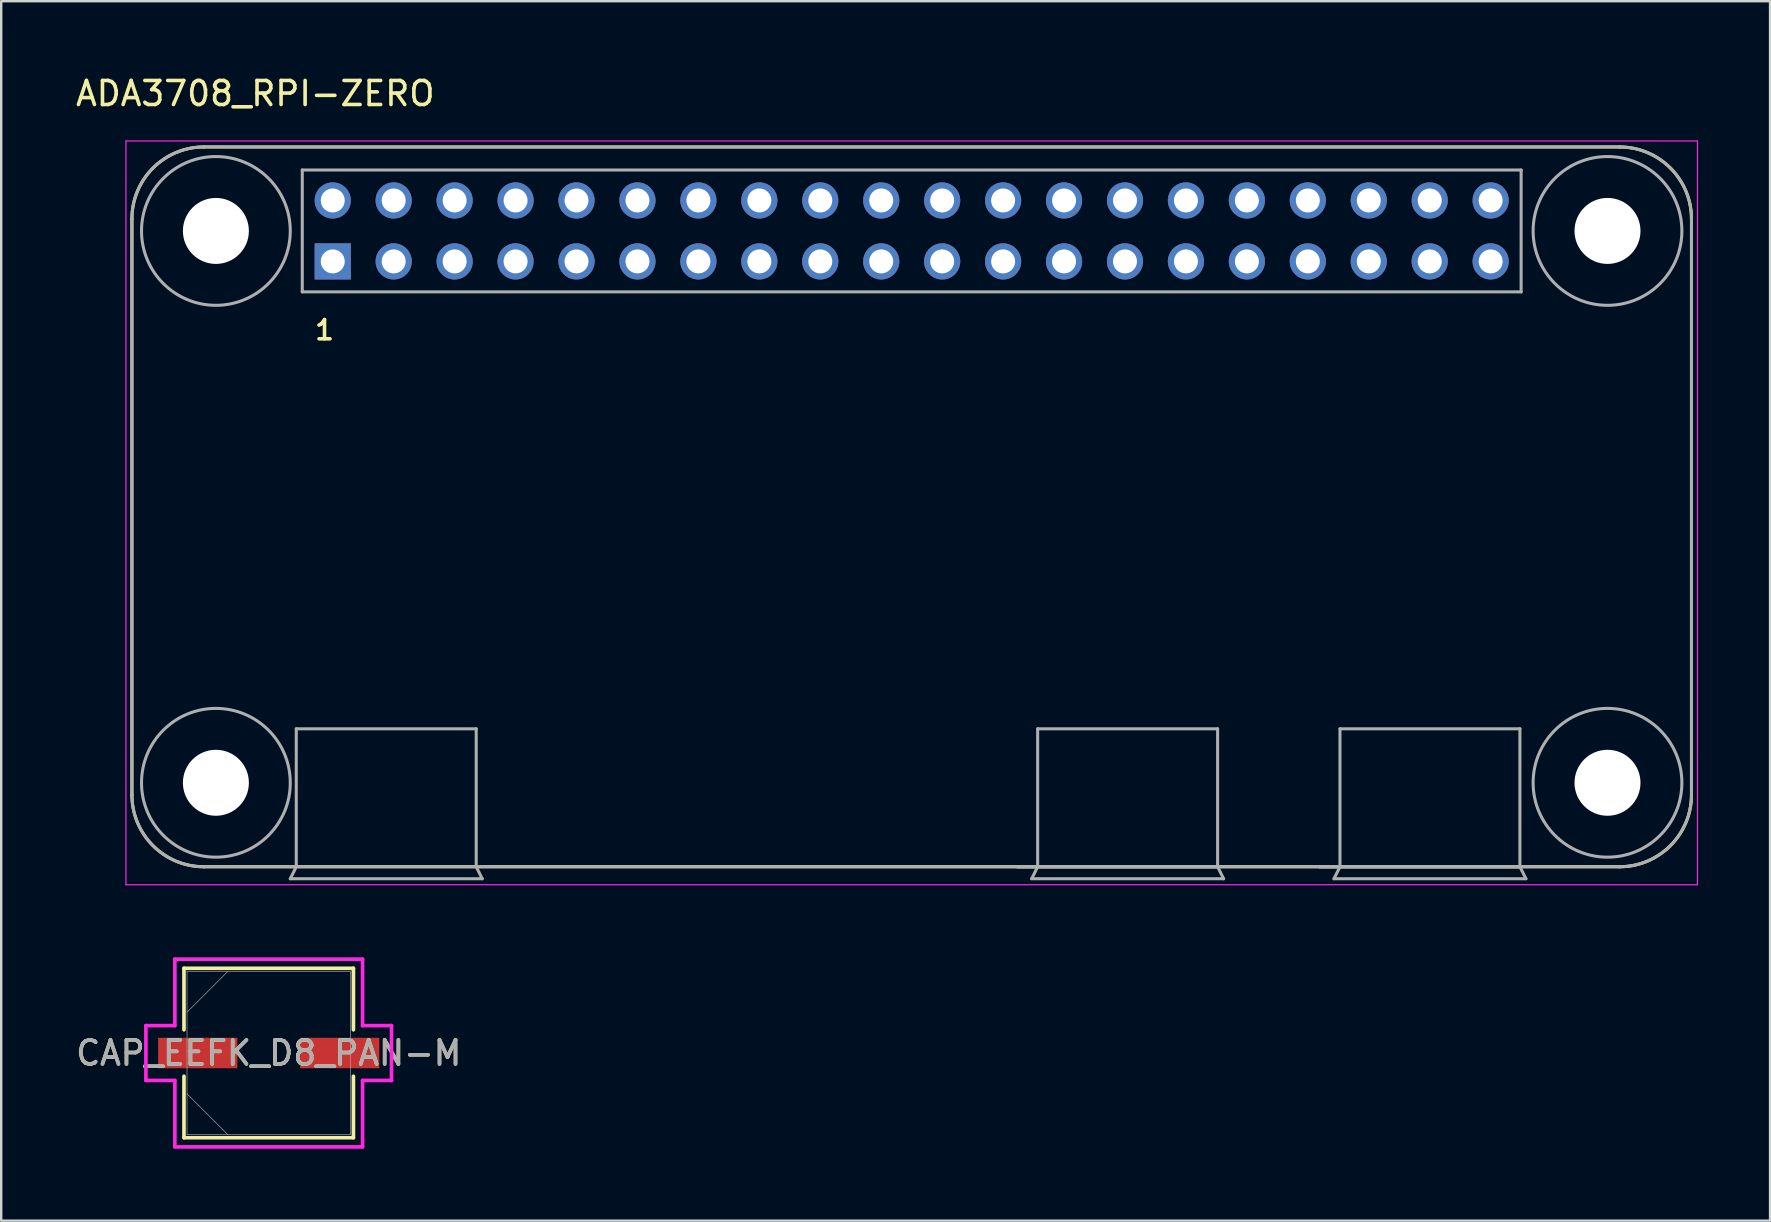
<source format=kicad_pcb>
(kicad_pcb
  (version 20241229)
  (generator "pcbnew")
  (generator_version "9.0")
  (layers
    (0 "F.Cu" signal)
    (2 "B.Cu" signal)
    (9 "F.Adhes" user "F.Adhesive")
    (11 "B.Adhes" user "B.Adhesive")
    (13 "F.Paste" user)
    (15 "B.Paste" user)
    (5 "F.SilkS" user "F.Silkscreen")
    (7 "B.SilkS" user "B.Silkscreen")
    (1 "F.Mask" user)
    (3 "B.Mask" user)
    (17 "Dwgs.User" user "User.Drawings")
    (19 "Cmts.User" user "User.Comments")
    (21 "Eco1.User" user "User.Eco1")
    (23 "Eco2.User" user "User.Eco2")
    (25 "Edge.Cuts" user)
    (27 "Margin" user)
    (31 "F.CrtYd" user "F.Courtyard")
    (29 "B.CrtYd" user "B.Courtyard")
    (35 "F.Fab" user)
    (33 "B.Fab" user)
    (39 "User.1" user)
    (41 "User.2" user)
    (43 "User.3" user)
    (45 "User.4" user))
  (footprint "CAP_EEFK_D8_PAN-M"
    (layer "F.Cu")
    (at 8.149 40.838)
    (property "Reference" "CAP_EEFK_D8_PAN-M" (at 0 0 0) (unlocked yes) (layer "F.SilkS") (effects (font (size 1 1) (thickness 0.15))))
    (attr smd)
    (fp_line (start -3.531 -3.531) (end -3.531 -0.968) (stroke (width 0.152) (type solid)) (layer "F.SilkS"))
    (fp_line (start -3.531 0.968) (end -3.531 3.531) (stroke (width 0.152) (type solid)) (layer "F.SilkS"))
    (fp_line (start -3.531 3.531) (end 3.531 3.531) (stroke (width 0.152) (type solid)) (layer "F.SilkS"))
    (fp_line (start 3.531 -3.531) (end -3.531 -3.531) (stroke (width 0.152) (type solid)) (layer "F.SilkS"))
    (fp_line (start 3.531 -0.968) (end 3.531 -3.531) (stroke (width 0.152) (type solid)) (layer "F.SilkS"))
    (fp_line (start 3.531 3.531) (end 3.531 0.968) (stroke (width 0.152) (type solid)) (layer "F.SilkS"))
    (fp_line (start -5.118 -1.143) (end -3.912 -1.143) (stroke (width 0.152) (type solid)) (layer "F.CrtYd"))
    (fp_line (start -5.118 1.143) (end -5.118 -1.143) (stroke (width 0.152) (type solid)) (layer "F.CrtYd"))
    (fp_line (start -3.912 -3.912) (end 3.912 -3.912) (stroke (width 0.152) (type solid)) (layer "F.CrtYd"))
    (fp_line (start -3.912 -1.143) (end -3.912 -3.912) (stroke (width 0.152) (type solid)) (layer "F.CrtYd"))
    (fp_line (start -3.912 1.143) (end -5.118 1.143) (stroke (width 0.152) (type solid)) (layer "F.CrtYd"))
    (fp_line (start -3.912 3.912) (end -3.912 1.143) (stroke (width 0.152) (type solid)) (layer "F.CrtYd"))
    (fp_line (start 3.912 -3.912) (end 3.912 -1.143) (stroke (width 0.152) (type solid)) (layer "F.CrtYd"))
    (fp_line (start 3.912 -1.143) (end 5.118 -1.143) (stroke (width 0.152) (type solid)) (layer "F.CrtYd"))
    (fp_line (start 3.912 1.143) (end 3.912 3.912) (stroke (width 0.152) (type solid)) (layer "F.CrtYd"))
    (fp_line (start 3.912 3.912) (end -3.912 3.912) (stroke (width 0.152) (type solid)) (layer "F.CrtYd"))
    (fp_line (start 5.118 -1.143) (end 5.118 1.143) (stroke (width 0.152) (type solid)) (layer "F.CrtYd"))
    (fp_line (start 5.118 1.143) (end 3.912 1.143) (stroke (width 0.152) (type solid)) (layer "F.CrtYd"))
    (fp_line (start -3.404 -3.404) (end -3.404 3.404) (stroke (width 0.025) (type solid)) (layer "F.Fab"))
    (fp_line (start -3.404 -1.702) (end -1.702 -3.404) (stroke (width 0.025) (type solid)) (layer "F.Fab"))
    (fp_line (start -3.404 1.702) (end -1.702 3.404) (stroke (width 0.025) (type solid)) (layer "F.Fab"))
    (fp_line (start -3.404 3.404) (end 3.404 3.404) (stroke (width 0.025) (type solid)) (layer "F.Fab"))
    (fp_line (start 3.404 -3.404) (end -3.404 -3.404) (stroke (width 0.025) (type solid)) (layer "F.Fab"))
    (fp_line (start 3.404 3.404) (end 3.404 -3.404) (stroke (width 0.025) (type solid)) (layer "F.Fab"))
    (fp_text user "${REFERENCE}" (at 0 0 0) (unlocked yes) (layer "F.Fab") (effects (font (size 1 1) (thickness 0.15))))
    (pad "1" smd rect (at -2.959 0) (size 3.302 1.27) (layers "F.Cu" "F.Mask" "F.Paste"))
    (pad "2" smd rect (at 2.959 0) (size 3.302 1.27) (layers "F.Cu" "F.Mask" "F.Paste"))
    (zone (net_name "") (layer "F.Cu") (hatch full 0.508) (connect_pads) (min_thickness 0.254) (filled_areas_thickness no) (keepout (tracks not_allowed) (vias not_allowed) (pads allowed) (copperpour not_allowed) (footprints allowed)) (placement (enabled no)) (fill) (polygon (pts (xy 4.796 37.485) (xy 11.502 37.485) (xy 11.502 40.152) (xy 4.796 40.152))))
    (zone (net_name "") (layer "F.Cu") (hatch full 0.508) (connect_pads) (min_thickness 0.254) (filled_areas_thickness no) (keepout (tracks not_allowed) (vias not_allowed) (pads allowed) (copperpour not_allowed) (footprints allowed)) (placement (enabled no)) (fill) (polygon (pts (xy 4.796 41.524) (xy 11.502 41.524) (xy 11.502 44.191) (xy 4.796 44.191))))
    (zone (net_name "") (layer "F.Cu") (hatch full 0.508) (connect_pads) (min_thickness 0.254) (filled_areas_thickness no) (keepout (tracks not_allowed) (vias not_allowed) (pads allowed) (copperpour not_allowed) (footprints allowed)) (placement (enabled no)) (fill) (polygon (pts (xy 6.892 40.152) (xy 9.406 40.152) (xy 9.406 41.524) (xy 6.892 41.524)))))
  (footprint "ADA3708_RPI-ZERO"
    (layer "F.Cu")
    (at 34.948 6.575)
    (property "Reference" "ADA3708_RPI-ZERO" (at -27.357 -5.726 0) (layer "F.SilkS") (effects (font (size 1.002 1.002) (thickness 0.15))))
    (attr through_hole)
    (fp_line (start -32.5 -0.5) (end -32.5 23.5) (stroke (width 0.127) (type solid)) (layer "F.SilkS"))
    (fp_line (start -29.5 26.5) (end 29.5 26.5) (stroke (width 0.127) (type solid)) (layer "F.SilkS"))
    (fp_line (start 4.4 26.5) (end 12.75 26.5) (stroke (width 0.127) (type solid)) (layer "F.SilkS"))
    (fp_line (start 17 26.5) (end 25.35 26.5) (stroke (width 0.127) (type solid)) (layer "F.SilkS"))
    (fp_line (start 29.5 -3.5) (end -29.5 -3.5) (stroke (width 0.127) (type solid)) (layer "F.SilkS"))
    (fp_line (start 32.5 23.5) (end 32.5 -0.5) (stroke (width 0.127) (type solid)) (layer "F.SilkS"))
    (fp_arc (start -32.5 -0.5) (mid -31.62132 -2.62132) (end -29.5 -3.5) (stroke (width 0.127) (type solid)) (layer "F.SilkS"))
    (fp_arc (start -29.5 26.5) (mid -31.62132 25.62132) (end -32.5 23.5) (stroke (width 0.127) (type solid)) (layer "F.SilkS"))
    (fp_arc (start 29.5 -3.5) (mid 31.62132 -2.62132) (end 32.5 -0.5) (stroke (width 0.127) (type solid)) (layer "F.SilkS"))
    (fp_arc (start 32.5 23.5) (mid 31.62132 25.62132) (end 29.5 26.5) (stroke (width 0.127) (type solid)) (layer "F.SilkS"))
    (fp_line (start -32.75 -3.75) (end 32.75 -3.75) (stroke (width 0.05) (type solid)) (layer "F.CrtYd"))
    (fp_line (start -32.75 27.25) (end -32.75 -3.75) (stroke (width 0.05) (type solid)) (layer "F.CrtYd"))
    (fp_line (start 32.75 -3.75) (end 32.75 27.25) (stroke (width 0.05) (type solid)) (layer "F.CrtYd"))
    (fp_line (start 32.75 27.25) (end -32.75 27.25) (stroke (width 0.05) (type solid)) (layer "F.CrtYd"))
    (fp_line (start -32.5 -0.5) (end -32.5 23.5) (stroke (width 0.127) (type solid)) (layer "F.Fab"))
    (fp_line (start -29.5 26.5) (end -25.65 26.5) (stroke (width 0.127) (type solid)) (layer "F.Fab"))
    (fp_line (start -25.9 27) (end -17.9 27) (stroke (width 0.127) (type solid)) (layer "F.Fab"))
    (fp_line (start -25.65 20.75) (end -18.15 20.75) (stroke (width 0.127) (type solid)) (layer "F.Fab"))
    (fp_line (start -25.65 26.5) (end -25.9 27) (stroke (width 0.127) (type solid)) (layer "F.Fab"))
    (fp_line (start -25.65 26.5) (end -25.65 20.75) (stroke (width 0.127) (type solid)) (layer "F.Fab"))
    (fp_line (start -25.65 26.5) (end -18.15 26.5) (stroke (width 0.127) (type solid)) (layer "F.Fab"))
    (fp_line (start -25.4 -2.54) (end -25.4 2.54) (stroke (width 0.127) (type solid)) (layer "F.Fab"))
    (fp_line (start -25.4 2.54) (end 25.4 2.54) (stroke (width 0.127) (type solid)) (layer "F.Fab"))
    (fp_line (start -18.15 20.75) (end -18.15 26.5) (stroke (width 0.127) (type solid)) (layer "F.Fab"))
    (fp_line (start -18.15 26.5) (end 29.5 26.5) (stroke (width 0.127) (type solid)) (layer "F.Fab"))
    (fp_line (start -17.9 27) (end -18.15 26.5) (stroke (width 0.127) (type solid)) (layer "F.Fab"))
    (fp_line (start 4.4 26.5) (end 5.25 26.5) (stroke (width 0.127) (type solid)) (layer "F.Fab"))
    (fp_line (start 5 27) (end 13 27) (stroke (width 0.127) (type solid)) (layer "F.Fab"))
    (fp_line (start 5.25 20.75) (end 12.75 20.75) (stroke (width 0.127) (type solid)) (layer "F.Fab"))
    (fp_line (start 5.25 26.5) (end 5 27) (stroke (width 0.127) (type solid)) (layer "F.Fab"))
    (fp_line (start 5.25 26.5) (end 5.25 20.75) (stroke (width 0.127) (type solid)) (layer "F.Fab"))
    (fp_line (start 5.25 26.5) (end 12.75 26.5) (stroke (width 0.127) (type solid)) (layer "F.Fab"))
    (fp_line (start 12.75 20.75) (end 12.75 26.5) (stroke (width 0.127) (type solid)) (layer "F.Fab"))
    (fp_line (start 13 27) (end 12.75 26.5) (stroke (width 0.127) (type solid)) (layer "F.Fab"))
    (fp_line (start 17 26.5) (end 17.85 26.5) (stroke (width 0.127) (type solid)) (layer "F.Fab"))
    (fp_line (start 17.6 27) (end 25.6 27) (stroke (width 0.127) (type solid)) (layer "F.Fab"))
    (fp_line (start 17.85 20.75) (end 25.35 20.75) (stroke (width 0.127) (type solid)) (layer "F.Fab"))
    (fp_line (start 17.85 26.5) (end 17.6 27) (stroke (width 0.127) (type solid)) (layer "F.Fab"))
    (fp_line (start 17.85 26.5) (end 17.85 20.75) (stroke (width 0.127) (type solid)) (layer "F.Fab"))
    (fp_line (start 17.85 26.5) (end 25.35 26.5) (stroke (width 0.127) (type solid)) (layer "F.Fab"))
    (fp_line (start 25.35 20.75) (end 25.35 26.5) (stroke (width 0.127) (type solid)) (layer "F.Fab"))
    (fp_line (start 25.4 -2.54) (end -25.4 -2.54) (stroke (width 0.127) (type solid)) (layer "F.Fab"))
    (fp_line (start 25.4 2.54) (end 25.4 -2.54) (stroke (width 0.127) (type solid)) (layer "F.Fab"))
    (fp_line (start 25.6 27) (end 25.35 26.5) (stroke (width 0.127) (type solid)) (layer "F.Fab"))
    (fp_line (start 29.5 -3.5) (end -29.5 -3.5) (stroke (width 0.127) (type solid)) (layer "F.Fab"))
    (fp_line (start 32.5 23.5) (end 32.5 -0.5) (stroke (width 0.127) (type solid)) (layer "F.Fab"))
    (fp_arc (start -32.5 -0.5) (mid -31.62132 -2.62132) (end -29.5 -3.5) (stroke (width 0.127) (type solid)) (layer "F.Fab"))
    (fp_arc (start -29.5 26.5) (mid -31.62132 25.62132) (end -32.5 23.5) (stroke (width 0.127) (type solid)) (layer "F.Fab"))
    (fp_arc (start 29.5 -3.5) (mid 31.62132 -2.62132) (end 32.5 -0.5) (stroke (width 0.127) (type solid)) (layer "F.Fab"))
    (fp_arc (start 32.5 23.5) (mid 31.62132 25.62132) (end 29.5 26.5) (stroke (width 0.127) (type solid)) (layer "F.Fab"))
    (fp_circle (center -29 0) (end -25.9 0) (stroke (width 0.127) (type solid)) (fill no) (layer "F.Fab"))
    (fp_circle (center -29 23) (end -25.9 23) (stroke (width 0.127) (type solid)) (fill no) (layer "F.Fab"))
    (fp_circle (center 29 0) (end 32.1 0) (stroke (width 0.127) (type solid)) (fill no) (layer "F.Fab"))
    (fp_circle (center 29 23) (end 32.1 23) (stroke (width 0.127) (type solid)) (fill no) (layer "F.Fab"))
    (fp_text user "1" (at -24.473 4.132 0) (layer "F.SilkS") (effects (font (size 0.801 0.801) (thickness 0.15))))
    (pad "" np_thru_hole circle (at -29 0) (size 2.75 2.75) (drill 2.75) (layers "*.Cu" "*.Mask"))
    (pad "" np_thru_hole circle (at -29 23) (size 2.75 2.75) (drill 2.75) (layers "*.Cu" "*.Mask"))
    (pad "" np_thru_hole circle (at 29 0) (size 2.75 2.75) (drill 2.75) (layers "*.Cu" "*.Mask"))
    (pad "" np_thru_hole circle (at 29 23) (size 2.75 2.75) (drill 2.75) (layers "*.Cu" "*.Mask"))
    (pad "1" thru_hole rect (at -24.13 1.27) (size 1.508 1.508) (drill 1) (layers "*.Cu" "*.Mask"))
    (pad "2" thru_hole circle (at -24.13 -1.27) (size 1.508 1.508) (drill 1) (layers "*.Cu" "*.Mask"))
    (pad "3" thru_hole circle (at -21.59 1.27) (size 1.508 1.508) (drill 1) (layers "*.Cu" "*.Mask"))
    (pad "4" thru_hole circle (at -21.59 -1.27) (size 1.508 1.508) (drill 1) (layers "*.Cu" "*.Mask"))
    (pad "5" thru_hole circle (at -19.05 1.27) (size 1.508 1.508) (drill 1) (layers "*.Cu" "*.Mask"))
    (pad "6" thru_hole circle (at -19.05 -1.27) (size 1.508 1.508) (drill 1) (layers "*.Cu" "*.Mask"))
    (pad "7" thru_hole circle (at -16.51 1.27) (size 1.508 1.508) (drill 1) (layers "*.Cu" "*.Mask"))
    (pad "8" thru_hole circle (at -16.51 -1.27) (size 1.508 1.508) (drill 1) (layers "*.Cu" "*.Mask"))
    (pad "9" thru_hole circle (at -13.97 1.27) (size 1.508 1.508) (drill 1) (layers "*.Cu" "*.Mask"))
    (pad "10" thru_hole circle (at -13.97 -1.27) (size 1.508 1.508) (drill 1) (layers "*.Cu" "*.Mask"))
    (pad "11" thru_hole circle (at -11.43 1.27) (size 1.508 1.508) (drill 1) (layers "*.Cu" "*.Mask"))
    (pad "12" thru_hole circle (at -11.43 -1.27) (size 1.508 1.508) (drill 1) (layers "*.Cu" "*.Mask"))
    (pad "13" thru_hole circle (at -8.89 1.27) (size 1.508 1.508) (drill 1) (layers "*.Cu" "*.Mask"))
    (pad "14" thru_hole circle (at -8.89 -1.27) (size 1.508 1.508) (drill 1) (layers "*.Cu" "*.Mask"))
    (pad "15" thru_hole circle (at -6.35 1.27) (size 1.508 1.508) (drill 1) (layers "*.Cu" "*.Mask"))
    (pad "16" thru_hole circle (at -6.35 -1.27) (size 1.508 1.508) (drill 1) (layers "*.Cu" "*.Mask"))
    (pad "17" thru_hole circle (at -3.81 1.27) (size 1.508 1.508) (drill 1) (layers "*.Cu" "*.Mask"))
    (pad "18" thru_hole circle (at -3.81 -1.27) (size 1.508 1.508) (drill 1) (layers "*.Cu" "*.Mask"))
    (pad "19" thru_hole circle (at -1.27 1.27) (size 1.508 1.508) (drill 1) (layers "*.Cu" "*.Mask"))
    (pad "20" thru_hole circle (at -1.27 -1.27) (size 1.508 1.508) (drill 1) (layers "*.Cu" "*.Mask"))
    (pad "21" thru_hole circle (at 1.27 1.27) (size 1.508 1.508) (drill 1) (layers "*.Cu" "*.Mask"))
    (pad "22" thru_hole circle (at 1.27 -1.27) (size 1.508 1.508) (drill 1) (layers "*.Cu" "*.Mask"))
    (pad "23" thru_hole circle (at 3.81 1.27) (size 1.508 1.508) (drill 1) (layers "*.Cu" "*.Mask"))
    (pad "24" thru_hole circle (at 3.81 -1.27) (size 1.508 1.508) (drill 1) (layers "*.Cu" "*.Mask"))
    (pad "25" thru_hole circle (at 6.35 1.27) (size 1.508 1.508) (drill 1) (layers "*.Cu" "*.Mask"))
    (pad "26" thru_hole circle (at 6.35 -1.27) (size 1.508 1.508) (drill 1) (layers "*.Cu" "*.Mask"))
    (pad "27" thru_hole circle (at 8.89 1.27) (size 1.508 1.508) (drill 1) (layers "*.Cu" "*.Mask"))
    (pad "28" thru_hole circle (at 8.89 -1.27) (size 1.508 1.508) (drill 1) (layers "*.Cu" "*.Mask"))
    (pad "29" thru_hole circle (at 11.43 1.27) (size 1.508 1.508) (drill 1) (layers "*.Cu" "*.Mask"))
    (pad "30" thru_hole circle (at 11.43 -1.27) (size 1.508 1.508) (drill 1) (layers "*.Cu" "*.Mask"))
    (pad "31" thru_hole circle (at 13.97 1.27) (size 1.508 1.508) (drill 1) (layers "*.Cu" "*.Mask"))
    (pad "32" thru_hole circle (at 13.97 -1.27) (size 1.508 1.508) (drill 1) (layers "*.Cu" "*.Mask"))
    (pad "33" thru_hole circle (at 16.51 1.27) (size 1.508 1.508) (drill 1) (layers "*.Cu" "*.Mask"))
    (pad "34" thru_hole circle (at 16.51 -1.27) (size 1.508 1.508) (drill 1) (layers "*.Cu" "*.Mask"))
    (pad "35" thru_hole circle (at 19.05 1.27) (size 1.508 1.508) (drill 1) (layers "*.Cu" "*.Mask"))
    (pad "36" thru_hole circle (at 19.05 -1.27) (size 1.508 1.508) (drill 1) (layers "*.Cu" "*.Mask"))
    (pad "37" thru_hole circle (at 21.59 1.27) (size 1.508 1.508) (drill 1) (layers "*.Cu" "*.Mask"))
    (pad "38" thru_hole circle (at 21.59 -1.27) (size 1.508 1.508) (drill 1) (layers "*.Cu" "*.Mask"))
    (pad "39" thru_hole circle (at 24.13 1.27) (size 1.508 1.508) (drill 1) (layers "*.Cu" "*.Mask"))
    (pad "40" thru_hole circle (at 24.13 -1.27) (size 1.508 1.508) (drill 1) (layers "*.Cu" "*.Mask")))
  (gr_rect
    (start -3 -3)
    (end 70.723 47.826)
    (stroke (width 0.1) (type default))
    (fill no)
    (layer "Edge.Cuts")))
</source>
